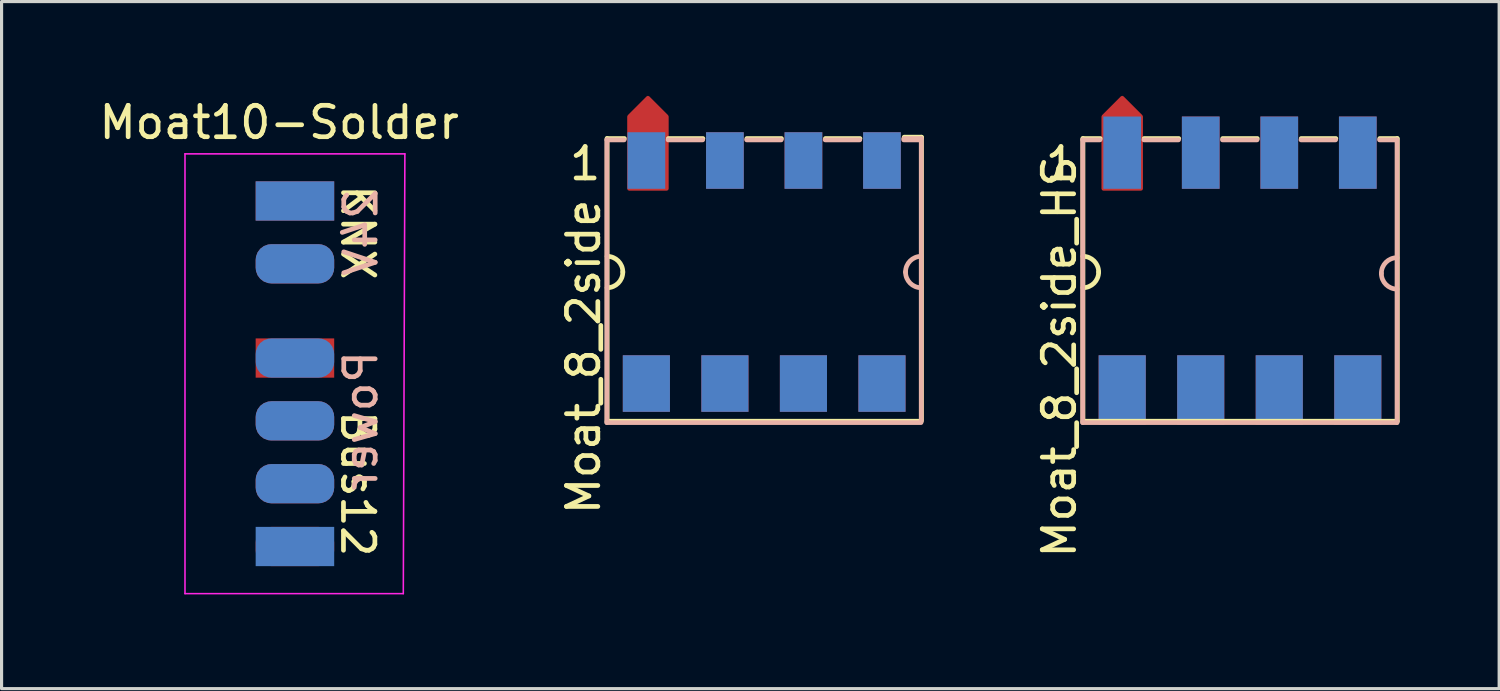
<source format=kicad_pcb>
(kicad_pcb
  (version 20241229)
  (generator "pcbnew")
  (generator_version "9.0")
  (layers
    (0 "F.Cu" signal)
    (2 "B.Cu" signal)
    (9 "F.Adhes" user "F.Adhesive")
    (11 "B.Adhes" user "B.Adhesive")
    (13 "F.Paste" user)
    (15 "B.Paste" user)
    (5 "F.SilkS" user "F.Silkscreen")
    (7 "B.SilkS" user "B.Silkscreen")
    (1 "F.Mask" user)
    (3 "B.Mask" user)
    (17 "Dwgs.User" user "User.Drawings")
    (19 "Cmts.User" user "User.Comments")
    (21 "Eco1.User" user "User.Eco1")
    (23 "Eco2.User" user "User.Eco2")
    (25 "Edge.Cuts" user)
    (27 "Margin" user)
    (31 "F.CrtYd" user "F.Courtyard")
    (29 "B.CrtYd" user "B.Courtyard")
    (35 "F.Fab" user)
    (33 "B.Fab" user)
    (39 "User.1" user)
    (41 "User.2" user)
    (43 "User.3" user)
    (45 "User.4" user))
  (footprint "Moat10-Solder"
    (layer "F.Cu")
    (at 6.339 6.848)
    (property "Reference" "Moat10-Solder" (at -0.5 -6 0) (layer "F.SilkS") (effects (font (size 1 1) (thickness 0.15))))
    (attr smd)
    (fp_line (start -3.5 9) (end -3.5 -5) (stroke (width 0.05) (type solid)) (layer "F.CrtYd"))
    (fp_line (start -3.5 9) (end 3.45 9) (stroke (width 0.05) (type solid)) (layer "F.CrtYd"))
    (fp_line (start 3.5 -5) (end -3.5 -5) (stroke (width 0.05) (type solid)) (layer "F.CrtYd"))
    (fp_line (start 3.5 -5) (end 3.45 9) (stroke (width 0.05) (type solid)) (layer "F.CrtYd"))
    (fp_text user "Bus12" (at 2 5.5 270) (unlocked yes) (layer "F.SilkS") (effects (font (size 1 1) (thickness 0.15))))
    (fp_text user "KNX" (at 2 -2.5 270) (unlocked yes) (layer "F.SilkS") (effects (font (size 1 1) (thickness 0.15))))
    (fp_text user "24V" (at 2.1 -2.5 90) (unlocked yes) (layer "B.SilkS") (effects (font (size 1 1) (thickness 0.15)) (justify mirror)))
    (fp_text user "Power" (at 2.1 3.5 90) (unlocked yes) (layer "B.SilkS") (effects (font (size 1 1) (thickness 0.15)) (justify mirror)))
    (pad "1" smd rect (at 0 1.5) (size 2.5 1.25) (layers "F.Cu" "F.Mask"))
    (pad "2" smd roundrect (at 0 7.5) (size 2.5 1.25) (layers "F.Cu" "F.Mask") (roundrect_rratio 0.4))
    (pad "3" smd roundrect (at 0 5.5) (size 2.5 1.25) (layers "F.Cu" "F.Mask") (roundrect_rratio 0.4))
    (pad "4" smd roundrect (at 0 3.5) (size 2.5 1.25) (layers "F.Cu" "F.Mask") (roundrect_rratio 0.4))
    (pad "5" smd rect (at 0 7.5) (size 2.5 1.25) (layers "B.Cu" "B.Mask"))
    (pad "6" smd roundrect (at 0 5.5) (size 2.5 1.25) (layers "B.Cu" "B.Mask") (roundrect_rratio 0.4))
    (pad "7" smd roundrect (at 0 3.5) (size 2.5 1.25) (layers "B.Cu" "B.Mask") (roundrect_rratio 0.4))
    (pad "8" smd roundrect (at 0 1.5) (size 2.5 1.25) (layers "B.Cu" "B.Mask") (roundrect_rratio 0.4))
    (pad "9" smd roundrect (at 0 -1.5) (size 2.5 1.25) (layers "B.Cu" "B.Mask") (roundrect_rratio 0.4))
    (pad "10" smd rect (at 0 -3.5) (size 2.5 1.25) (layers "B.Cu" "B.Mask"))
    (pad "11" smd roundrect (at 0 -1.5) (size 2.5 1.25) (layers "F.Cu" "F.Mask") (roundrect_rratio 0.4))
    (pad "12" smd rect (at 0 -3.5) (size 2.5 1.25) (layers "F.Cu" "F.Mask")))
  (footprint "Moat_8_2side_HS"
    (layer "F.Cu")
    (at 41.425 5.56)
    (property "Reference" "Moat_8_2side_HS" (at -10.75 2.75 90) (layer "F.SilkS") (effects (font (size 1 1) (thickness 0.15))))
    (attr smd)
    (fp_line (start -10 -4.2) (end -10 4.8) (stroke (width 0.15) (type solid)) (layer "F.SilkS"))
    (fp_line (start -10 -4.2) (end -9.45 -4.2) (stroke (width 0.15) (type solid)) (layer "F.SilkS"))
    (fp_line (start -10 4.8) (end 0 4.8) (stroke (width 0.15) (type solid)) (layer "F.SilkS"))
    (fp_line (start -6.95 -4.2) (end -8.05 -4.2) (stroke (width 0.15) (type solid)) (layer "F.SilkS"))
    (fp_line (start -4.45 -4.2) (end -5.55 -4.2) (stroke (width 0.15) (type solid)) (layer "F.SilkS"))
    (fp_line (start -1.95 -4.2) (end -3.05 -4.2) (stroke (width 0.15) (type solid)) (layer "F.SilkS"))
    (fp_line (start 0 -4.2) (end -0.55 -4.2) (stroke (width 0.15) (type solid)) (layer "F.SilkS"))
    (fp_line (start 0.008 4.8) (end 0.008 -4.2) (stroke (width 0.15) (type solid)) (layer "F.SilkS"))
    (fp_arc (start -10 -0.45) (mid -9.646447 -0.303553) (end -9.5 0.05) (stroke (width 0.15) (type solid)) (layer "F.SilkS"))
    (fp_arc (start -9.5 0.05) (mid -9.646447 0.403553) (end -10 0.55) (stroke (width 0.15) (type solid)) (layer "F.SilkS"))
    (fp_line (start -10.008 -4.157) (end -9.458 -4.157) (stroke (width 0.15) (type solid)) (layer "B.SilkS"))
    (fp_line (start -10.008 4.843) (end -10.008 -4.157) (stroke (width 0.15) (type solid)) (layer "B.SilkS"))
    (fp_line (start -8.058 -4.157) (end -6.958 -4.157) (stroke (width 0.15) (type solid)) (layer "B.SilkS"))
    (fp_line (start -5.558 -4.157) (end -4.458 -4.157) (stroke (width 0.15) (type solid)) (layer "B.SilkS"))
    (fp_line (start -3.058 -4.157) (end -1.958 -4.157) (stroke (width 0.15) (type solid)) (layer "B.SilkS"))
    (fp_line (start -0.008 -4.157) (end -0.558 -4.157) (stroke (width 0.15) (type solid)) (layer "B.SilkS"))
    (fp_line (start -0.008 4.843) (end -10.008 4.843) (stroke (width 0.15) (type solid)) (layer "B.SilkS"))
    (fp_line (start 0 -4.157) (end 0 4.843) (stroke (width 0.15) (type solid)) (layer "B.SilkS"))
    (fp_arc (start -0.5 0.093176) (mid -0.353553 -0.260377) (end 0 -0.406824) (stroke (width 0.15) (type solid)) (layer "B.SilkS"))
    (fp_arc (start 0 0.593176) (mid -0.353553 0.446729) (end -0.5 0.093176) (stroke (width 0.15) (type solid)) (layer "B.SilkS"))
    (fp_text user "1" (at -10.7 -3.4 0) (layer "F.SilkS") (effects (font (size 1 1) (thickness 0.15))))
    (pad "1" smd custom (at -8.75 -3.75 180) (size 1.2 2.3) (layers "F.Cu" "F.Mask" "F.Paste") (options (anchor rect)) (primitives (gr_poly (pts (xy 0.6 1.15) (xy 0 1.75) (xy -0.6 1.15) (xy -0.6 -1.15) (xy 0.6 -1.15)) (width 0.12) (fill yes))))
    (pad "1" smd rect (at -8.75 3.8) (size 1.5 2.2) (layers "F.Cu" "F.Mask" "F.Paste"))
    (pad "2" smd rect (at -6.25 -3.75) (size 1.2 2.3) (layers "F.Cu" "F.Mask" "F.Paste"))
    (pad "2" smd rect (at -6.25 3.8) (size 1.5 2.2) (layers "F.Cu" "F.Mask" "F.Paste"))
    (pad "3" smd rect (at -3.75 -3.75) (size 1.2 2.3) (layers "F.Cu" "F.Mask" "F.Paste"))
    (pad "3" smd rect (at -3.75 3.8) (size 1.5 2.2) (layers "F.Cu" "F.Mask" "F.Paste"))
    (pad "4" smd rect (at -1.25 -3.75) (size 1.2 2.3) (layers "F.Cu" "F.Mask" "F.Paste"))
    (pad "4" smd rect (at -1.25 3.8) (size 1.5 2.2) (layers "F.Cu" "F.Mask" "F.Paste"))
    (pad "5" smd rect (at -1.25 -3.75 180) (size 1.2 2.3) (layers "B.Cu" "B.Mask" "B.Paste"))
    (pad "5" smd rect (at -1.25 3.8 180) (size 1.5 2.2) (layers "B.Cu" "B.Mask" "B.Paste"))
    (pad "6" smd rect (at -3.75 -3.75 180) (size 1.2 2.3) (layers "B.Cu" "B.Mask" "B.Paste"))
    (pad "6" smd rect (at -3.75 3.8 180) (size 1.5 2.2) (layers "B.Cu" "B.Mask" "B.Paste"))
    (pad "7" smd rect (at -6.25 -3.75 180) (size 1.2 2.3) (layers "B.Cu" "B.Mask" "B.Paste"))
    (pad "7" smd rect (at -6.25 3.8 180) (size 1.5 2.2) (layers "B.Cu" "B.Mask" "B.Paste"))
    (pad "8" smd rect (at -8.75 -3.75 180) (size 1.2 2.3) (layers "B.Cu" "B.Mask" "B.Paste"))
    (pad "8" smd rect (at -8.75 3.8 180) (size 1.5 2.2) (layers "B.Cu" "B.Mask" "B.Paste")))
  (footprint "Moat_8_2side"
    (layer "F.Cu")
    (at 26.577 5.56)
    (property "Reference" "Moat_8_2side" (at -11.05 2.75 90) (layer "F.SilkS") (effects (font (size 1 1) (thickness 0.15))))
    (attr smd)
    (fp_line (start -10.3 -4.2) (end -10.3 4.8) (stroke (width 0.15) (type solid)) (layer "F.SilkS"))
    (fp_line (start -10.3 -4.2) (end -9.75 -4.2) (stroke (width 0.15) (type solid)) (layer "F.SilkS"))
    (fp_line (start -10.3 4.8) (end -0.3 4.8) (stroke (width 0.15) (type solid)) (layer "F.SilkS"))
    (fp_line (start -7.25 -4.2) (end -8.35 -4.2) (stroke (width 0.15) (type solid)) (layer "F.SilkS"))
    (fp_line (start -4.75 -4.2) (end -5.85 -4.2) (stroke (width 0.15) (type solid)) (layer "F.SilkS"))
    (fp_line (start -2.25 -4.2) (end -3.35 -4.2) (stroke (width 0.15) (type solid)) (layer "F.SilkS"))
    (fp_line (start -0.3 -4.2) (end -0.85 -4.2) (stroke (width 0.15) (type solid)) (layer "F.SilkS"))
    (fp_line (start -0.292 -4.243) (end -0.842 -4.243) (stroke (width 0.15) (type solid)) (layer "F.SilkS"))
    (fp_line (start -0.292 4.757) (end -0.292 -4.243) (stroke (width 0.15) (type solid)) (layer "F.SilkS"))
    (fp_arc (start -10.3 -0.45) (mid -9.946447 -0.303553) (end -9.8 0.05) (stroke (width 0.15) (type solid)) (layer "F.SilkS"))
    (fp_arc (start -9.8 0.05) (mid -9.946447 0.403553) (end -10.3 0.55) (stroke (width 0.15) (type solid)) (layer "F.SilkS"))
    (fp_line (start -10.308 -4.157) (end -9.758 -4.157) (stroke (width 0.15) (type solid)) (layer "B.SilkS"))
    (fp_line (start -10.308 4.843) (end -10.308 -4.157) (stroke (width 0.15) (type solid)) (layer "B.SilkS"))
    (fp_line (start -8.358 -4.157) (end -7.258 -4.157) (stroke (width 0.15) (type solid)) (layer "B.SilkS"))
    (fp_line (start -5.858 -4.157) (end -4.758 -4.157) (stroke (width 0.15) (type solid)) (layer "B.SilkS"))
    (fp_line (start -3.358 -4.157) (end -2.258 -4.157) (stroke (width 0.15) (type solid)) (layer "B.SilkS"))
    (fp_line (start -0.308 -4.157) (end -0.858 -4.157) (stroke (width 0.15) (type solid)) (layer "B.SilkS"))
    (fp_line (start -0.308 4.843) (end -10.308 4.843) (stroke (width 0.15) (type solid)) (layer "B.SilkS"))
    (fp_line (start -0.3 -4.2) (end -0.85 -4.2) (stroke (width 0.15) (type solid)) (layer "B.SilkS"))
    (fp_line (start -0.3 -4.2) (end -0.3 4.8) (stroke (width 0.15) (type solid)) (layer "B.SilkS"))
    (fp_arc (start -0.8 0.05) (mid -0.653553 -0.303553) (end -0.3 -0.45) (stroke (width 0.15) (type solid)) (layer "B.SilkS"))
    (fp_arc (start -0.3 0.55) (mid -0.653553 0.403553) (end -0.8 0.05) (stroke (width 0.15) (type solid)) (layer "B.SilkS"))
    (fp_text user "1" (at -11 -3.4 0) (layer "F.SilkS") (effects (font (size 1 1) (thickness 0.15))))
    (pad "1" smd rect (at -9.05 3.6) (size 1.5 1.8) (layers "F.Cu" "F.Mask" "F.Paste"))
    (pad "1" smd custom (at -9 -3.75 180) (size 1.2 2.3) (layers "F.Cu" "F.Mask" "F.Paste") (options (anchor rect)) (primitives (gr_poly (pts (xy 0.6 1.15) (xy 0 1.75) (xy -0.6 1.15) (xy -0.6 -1.15) (xy 0.6 -1.15)) (width 0.12) (fill yes))))
    (pad "2" smd rect (at -6.55 -3.5) (size 1.2 1.8) (layers "F.Cu" "F.Mask" "F.Paste"))
    (pad "2" smd rect (at -6.55 3.6) (size 1.5 1.8) (layers "F.Cu" "F.Mask" "F.Paste"))
    (pad "3" smd rect (at -4.05 -3.5) (size 1.2 1.8) (layers "F.Cu" "F.Mask" "F.Paste"))
    (pad "3" smd rect (at -4.05 3.6) (size 1.5 1.8) (layers "F.Cu" "F.Mask" "F.Paste"))
    (pad "4" smd rect (at -1.55 -3.5) (size 1.2 1.8) (layers "F.Cu" "F.Mask" "F.Paste"))
    (pad "4" smd rect (at -1.55 3.6) (size 1.5 1.8) (layers "F.Cu" "F.Mask" "F.Paste"))
    (pad "5" smd rect (at -1.55 -3.5 180) (size 1.2 1.8) (layers "B.Cu" "B.Mask" "B.Paste"))
    (pad "5" smd rect (at -1.55 3.6 180) (size 1.5 1.8) (layers "B.Cu" "B.Mask" "B.Paste"))
    (pad "6" smd rect (at -4.05 -3.5 180) (size 1.2 1.8) (layers "B.Cu" "B.Mask" "B.Paste"))
    (pad "6" smd rect (at -4.05 3.6 180) (size 1.5 1.8) (layers "B.Cu" "B.Mask" "B.Paste"))
    (pad "7" smd rect (at -6.55 -3.5 180) (size 1.2 1.8) (layers "B.Cu" "B.Mask" "B.Paste"))
    (pad "7" smd rect (at -6.55 3.6 180) (size 1.5 1.8) (layers "B.Cu" "B.Mask" "B.Paste"))
    (pad "8" smd rect (at -9.05 -3.5 180) (size 1.2 1.8) (layers "B.Cu" "B.Mask" "B.Paste"))
    (pad "8" smd rect (at -9.05 3.6 180) (size 1.5 1.8) (layers "B.Cu" "B.Mask" "B.Paste")))
  (gr_rect
    (start -3 -3)
    (end 44.675 18.873)
    (stroke (width 0.1) (type default))
    (fill no)
    (layer "Edge.Cuts")))
</source>
